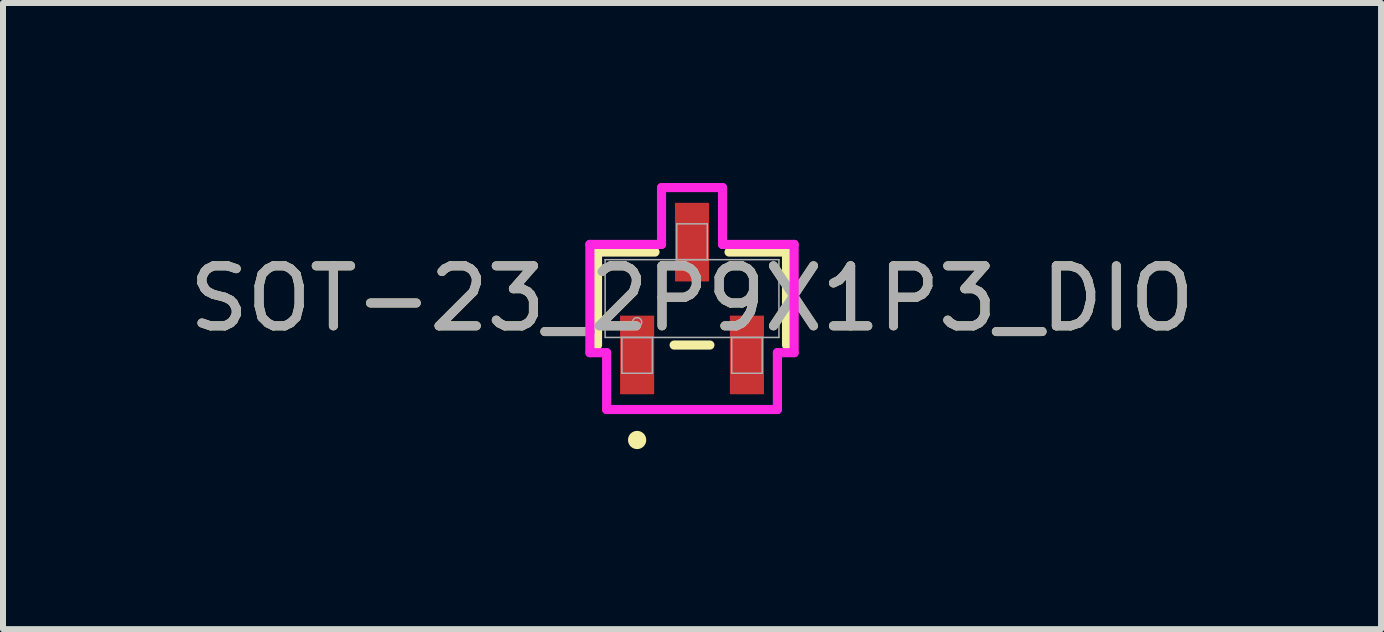
<source format=kicad_pcb>
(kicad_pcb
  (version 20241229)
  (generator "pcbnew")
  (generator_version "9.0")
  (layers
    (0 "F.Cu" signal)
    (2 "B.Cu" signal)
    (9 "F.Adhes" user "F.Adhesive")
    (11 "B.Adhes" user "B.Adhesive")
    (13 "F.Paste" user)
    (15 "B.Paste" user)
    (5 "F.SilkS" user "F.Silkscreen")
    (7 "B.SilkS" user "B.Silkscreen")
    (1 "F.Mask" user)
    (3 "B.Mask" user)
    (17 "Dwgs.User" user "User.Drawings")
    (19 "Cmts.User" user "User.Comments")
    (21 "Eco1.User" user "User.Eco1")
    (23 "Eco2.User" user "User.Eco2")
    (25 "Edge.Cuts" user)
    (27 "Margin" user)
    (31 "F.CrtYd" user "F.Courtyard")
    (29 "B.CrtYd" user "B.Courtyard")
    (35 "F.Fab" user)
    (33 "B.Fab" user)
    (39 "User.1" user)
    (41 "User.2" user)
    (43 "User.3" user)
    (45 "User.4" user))
  (footprint "SOT-23_2P9X1P3_DIO"
    (layer "F.Cu")
    (at 8.482 1.925)
    (property "Reference" "SOT-23_2P9X1P3_DIO" (at 0 0 0) (unlocked yes) (layer "F.SilkS") (effects (font (size 1 1) (thickness 0.15))))
    (attr smd)
    (fp_line (start -1.575 -0.775) (end -1.575 0.775) (stroke (width 0.152) (type solid)) (layer "F.SilkS"))
    (fp_line (start -0.617 -0.775) (end -1.575 -0.775) (stroke (width 0.152) (type solid)) (layer "F.SilkS"))
    (fp_line (start -0.298 0.775) (end 0.298 0.775) (stroke (width 0.152) (type solid)) (layer "F.SilkS"))
    (fp_line (start 1.575 -0.775) (end 0.617 -0.775) (stroke (width 0.152) (type solid)) (layer "F.SilkS"))
    (fp_line (start 1.575 0.775) (end 1.575 -0.775) (stroke (width 0.152) (type solid)) (layer "F.SilkS"))
    (fp_circle (center -0.915 2.357) (end -0.839 2.357) (stroke (width 0.152) (type solid)) (fill no) (layer "F.SilkS"))
    (fp_line (start -1.702 -0.902) (end -0.508 -0.902) (stroke (width 0.152) (type solid)) (layer "F.CrtYd"))
    (fp_line (start -1.702 0.902) (end -1.702 -0.902) (stroke (width 0.152) (type solid)) (layer "F.CrtYd"))
    (fp_line (start -1.702 0.902) (end -1.423 0.902) (stroke (width 0.152) (type solid)) (layer "F.CrtYd"))
    (fp_line (start -1.423 0.902) (end -1.423 1.849) (stroke (width 0.152) (type solid)) (layer "F.CrtYd"))
    (fp_line (start -1.423 1.849) (end 1.423 1.849) (stroke (width 0.152) (type solid)) (layer "F.CrtYd"))
    (fp_line (start -0.508 -1.849) (end 0.508 -1.849) (stroke (width 0.152) (type solid)) (layer "F.CrtYd"))
    (fp_line (start -0.508 -0.902) (end -0.508 -1.849) (stroke (width 0.152) (type solid)) (layer "F.CrtYd"))
    (fp_line (start 0.508 -0.902) (end 0.508 -1.849) (stroke (width 0.152) (type solid)) (layer "F.CrtYd"))
    (fp_line (start 1.423 0.902) (end 1.423 1.849) (stroke (width 0.152) (type solid)) (layer "F.CrtYd"))
    (fp_line (start 1.702 -0.902) (end 0.508 -0.902) (stroke (width 0.152) (type solid)) (layer "F.CrtYd"))
    (fp_line (start 1.702 -0.902) (end 1.702 0.902) (stroke (width 0.152) (type solid)) (layer "F.CrtYd"))
    (fp_line (start 1.702 0.902) (end 1.423 0.902) (stroke (width 0.152) (type solid)) (layer "F.CrtYd"))
    (fp_line (start -1.448 -0.648) (end -1.448 0.648) (stroke (width 0.025) (type solid)) (layer "F.Fab"))
    (fp_line (start -1.448 0.648) (end 1.448 0.648) (stroke (width 0.025) (type solid)) (layer "F.Fab"))
    (fp_line (start -1.169 0.648) (end -1.169 1.245) (stroke (width 0.025) (type solid)) (layer "F.Fab"))
    (fp_line (start -1.169 1.245) (end -0.661 1.245) (stroke (width 0.025) (type solid)) (layer "F.Fab"))
    (fp_line (start -0.661 0.648) (end -1.169 0.648) (stroke (width 0.025) (type solid)) (layer "F.Fab"))
    (fp_line (start -0.661 1.245) (end -0.661 0.648) (stroke (width 0.025) (type solid)) (layer "F.Fab"))
    (fp_line (start -0.254 -1.245) (end -0.254 -0.648) (stroke (width 0.025) (type solid)) (layer "F.Fab"))
    (fp_line (start -0.254 -0.648) (end 0.254 -0.648) (stroke (width 0.025) (type solid)) (layer "F.Fab"))
    (fp_line (start 0.254 -1.245) (end -0.254 -1.245) (stroke (width 0.025) (type solid)) (layer "F.Fab"))
    (fp_line (start 0.254 -0.648) (end 0.254 -1.245) (stroke (width 0.025) (type solid)) (layer "F.Fab"))
    (fp_line (start 0.661 0.648) (end 0.661 1.245) (stroke (width 0.025) (type solid)) (layer "F.Fab"))
    (fp_line (start 0.661 1.245) (end 1.169 1.245) (stroke (width 0.025) (type solid)) (layer "F.Fab"))
    (fp_line (start 1.169 0.648) (end 0.661 0.648) (stroke (width 0.025) (type solid)) (layer "F.Fab"))
    (fp_line (start 1.169 1.245) (end 1.169 0.648) (stroke (width 0.025) (type solid)) (layer "F.Fab"))
    (fp_line (start 1.448 -0.648) (end -1.448 -0.648) (stroke (width 0.025) (type solid)) (layer "F.Fab"))
    (fp_line (start 1.448 0.648) (end 1.448 -0.648) (stroke (width 0.025) (type solid)) (layer "F.Fab"))
    (fp_circle (center -0.915 0.394) (end -0.839 0.394) (stroke (width 0.025) (type solid)) (fill no) (layer "F.Fab"))
    (fp_text user "${REFERENCE}" (at 0 0 0) (unlocked yes) (layer "F.Fab") (effects (font (size 1 1) (thickness 0.15))))
    (pad "1" smd rect (at -0.915 0.94) (size 0.568 1.31) (layers "F.Cu" "F.Mask" "F.Paste"))
    (pad "2" smd rect (at 0.915 0.94) (size 0.568 1.31) (layers "F.Cu" "F.Mask" "F.Paste"))
    (pad "3" smd rect (at 0 -0.94) (size 0.568 1.31) (layers "F.Cu" "F.Mask" "F.Paste")))
  (gr_rect
    (start -3 -3)
    (end 19.964 7.434)
    (stroke (width 0.1) (type default))
    (fill no)
    (layer "Edge.Cuts")))
</source>
